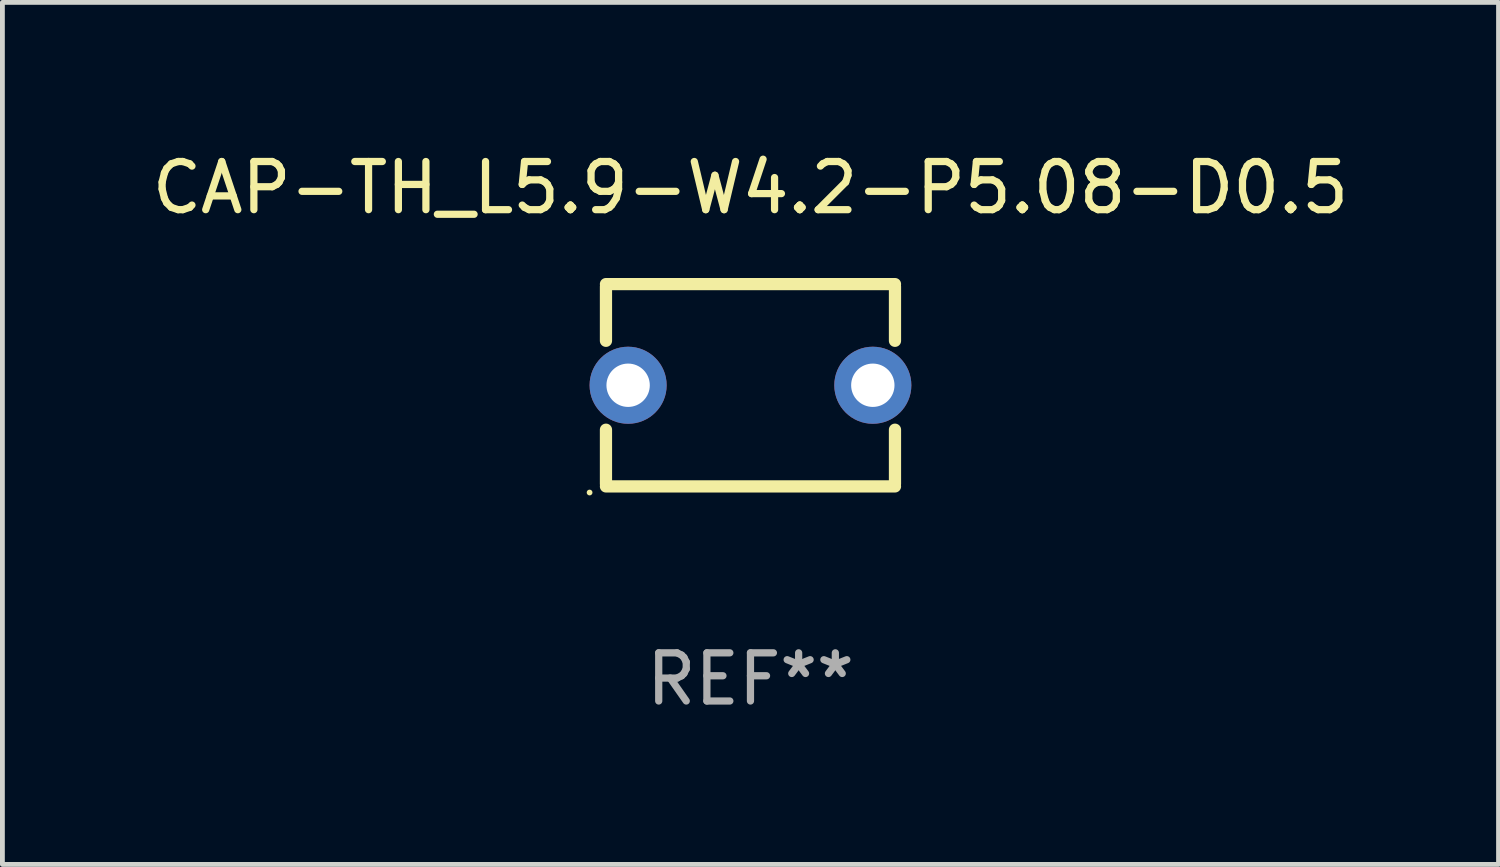
<source format=kicad_pcb>
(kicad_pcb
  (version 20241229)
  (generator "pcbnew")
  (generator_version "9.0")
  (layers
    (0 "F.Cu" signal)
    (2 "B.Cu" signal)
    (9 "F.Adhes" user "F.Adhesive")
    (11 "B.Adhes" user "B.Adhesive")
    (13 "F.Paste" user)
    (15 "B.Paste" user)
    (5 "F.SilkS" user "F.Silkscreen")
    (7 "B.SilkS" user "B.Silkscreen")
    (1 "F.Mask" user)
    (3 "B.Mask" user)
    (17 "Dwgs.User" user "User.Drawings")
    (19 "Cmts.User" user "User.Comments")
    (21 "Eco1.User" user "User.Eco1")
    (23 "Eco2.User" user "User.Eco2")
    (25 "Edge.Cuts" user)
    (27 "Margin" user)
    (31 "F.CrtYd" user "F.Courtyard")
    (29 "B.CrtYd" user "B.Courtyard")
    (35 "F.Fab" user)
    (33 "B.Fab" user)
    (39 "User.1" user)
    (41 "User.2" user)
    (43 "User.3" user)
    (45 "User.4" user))
  (footprint "CAP-TH_L5.9-W4.2-P5.08-D0.5"
    (layer "F.Cu")
    (at 12.53 4.948)
    (property "Reference" "CAP-TH_L5.9-W4.2-P5.08-D0.5" (at 0 -4.1 0) (layer "F.SilkS") (effects (font (size 1 1) (thickness 0.15))))
    (attr through_hole)
    (fp_line (start -3 -2.1) (end 3 -2.1) (stroke (width 0.254) (type solid)) (layer "F.SilkS"))
    (fp_line (start -3 -2.05) (end -3 -0.923) (stroke (width 0.254) (type solid)) (layer "F.SilkS"))
    (fp_line (start -3 0.923) (end -3 2.05) (stroke (width 0.254) (type solid)) (layer "F.SilkS"))
    (fp_line (start -3 2.1) (end 3 2.1) (stroke (width 0.254) (type solid)) (layer "F.SilkS"))
    (fp_line (start 3 -2.05) (end 3 -0.923) (stroke (width 0.254) (type solid)) (layer "F.SilkS"))
    (fp_line (start 3 0.923) (end 3 2.05) (stroke (width 0.254) (type solid)) (layer "F.SilkS"))
    (fp_circle (center -3.34 2.227) (end -3.31 2.227) (stroke (width 0.06) (type solid)) (fill no) (layer "F.SilkS"))
    (fp_text user "REF**" (at 0 6.1 0) (layer "F.Fab") (effects (font (size 1 1) (thickness 0.15))))
    (pad "1" thru_hole circle (at -2.54 0) (size 1.6 1.6) (drill 0.9) (layers "*.Cu" "*.Mask"))
    (pad "2" thru_hole circle (at 2.54 0) (size 1.6 1.6) (drill 0.9) (layers "*.Cu" "*.Mask")))
  (gr_rect
    (start -3 -3)
    (end 28.06 14.896)
    (stroke (width 0.1) (type default))
    (fill no)
    (layer "Edge.Cuts")))
</source>
